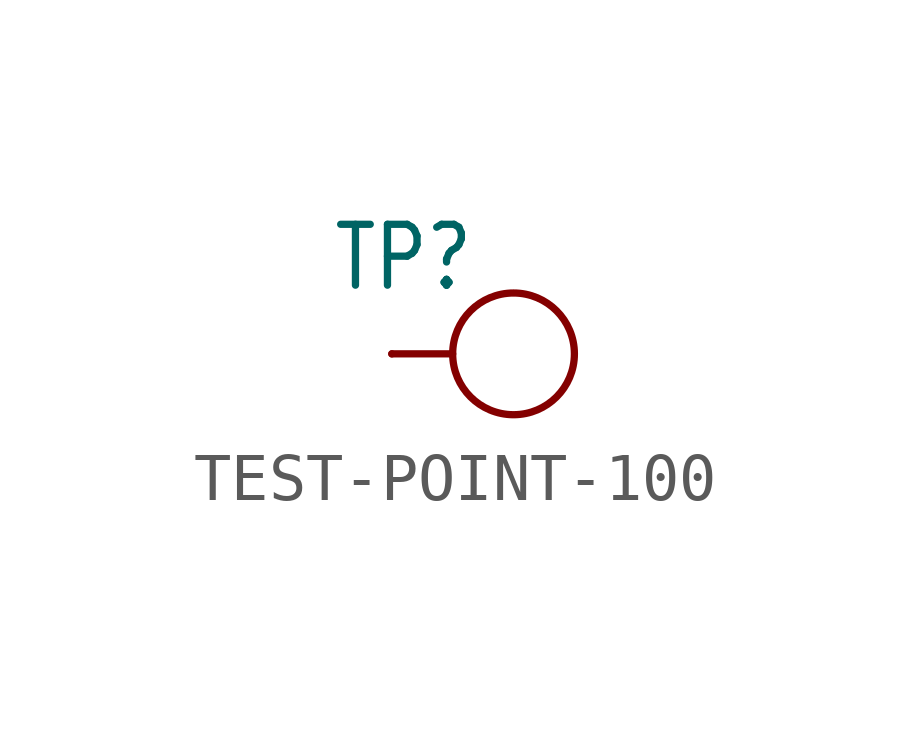
<source format=kicad_sym>
(kicad_symbol_lib
  (version 20211014)
  (generator kicad_symbol_editor)
  (symbol "TEST-POINT-100"
    (property "Reference" "TP"
      (at -3.81 1.27 0)
      (effects (font (size 1.27 1.079)) (justify left bottom)))
    (property "ki_locked" ""
      (at 0 0 0)
      (effects (font (size 1.27 1.27))))
    (symbol "TEST-POINT-100_1_0"
      (polyline (pts (xy -2.54 0) (xy -1.27 0)) (stroke (width 0.152) (type default) (color 0 0 0 0)) (fill (type none)))
      (circle (center 0 0) (radius 1.27) (stroke (width 0.152) (type default) (color 0 0 0 0)) (fill (type none)))
      (pin bidirectional line (at -2.54 0 0) (length 0) (name "T" (effects (font (size 0 0)))) (number "T" (effects (font (size 0 0))))))))
</source>
